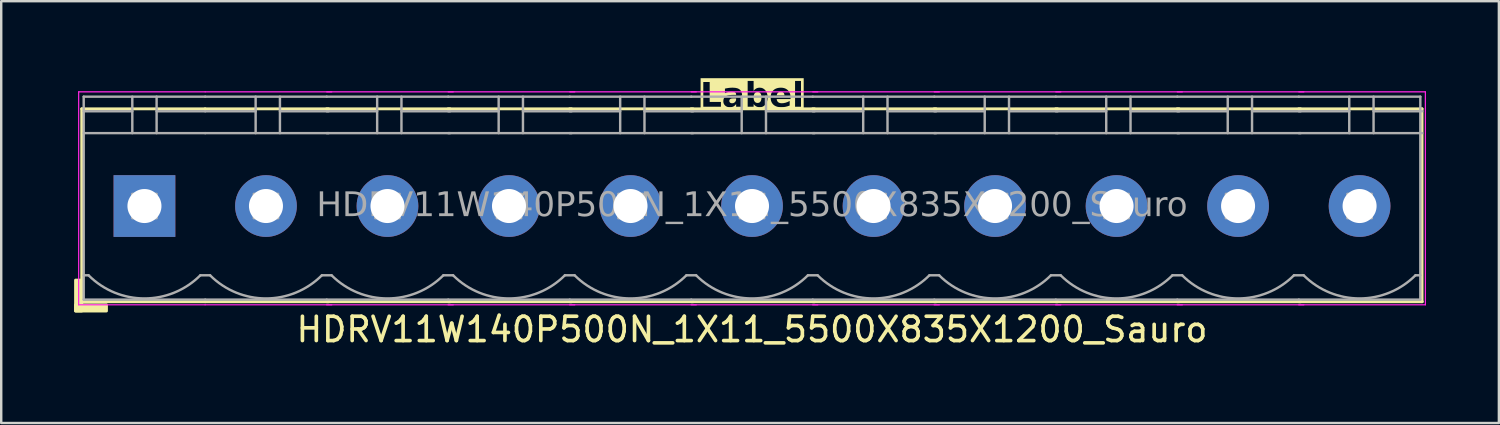
<source format=kicad_pcb>
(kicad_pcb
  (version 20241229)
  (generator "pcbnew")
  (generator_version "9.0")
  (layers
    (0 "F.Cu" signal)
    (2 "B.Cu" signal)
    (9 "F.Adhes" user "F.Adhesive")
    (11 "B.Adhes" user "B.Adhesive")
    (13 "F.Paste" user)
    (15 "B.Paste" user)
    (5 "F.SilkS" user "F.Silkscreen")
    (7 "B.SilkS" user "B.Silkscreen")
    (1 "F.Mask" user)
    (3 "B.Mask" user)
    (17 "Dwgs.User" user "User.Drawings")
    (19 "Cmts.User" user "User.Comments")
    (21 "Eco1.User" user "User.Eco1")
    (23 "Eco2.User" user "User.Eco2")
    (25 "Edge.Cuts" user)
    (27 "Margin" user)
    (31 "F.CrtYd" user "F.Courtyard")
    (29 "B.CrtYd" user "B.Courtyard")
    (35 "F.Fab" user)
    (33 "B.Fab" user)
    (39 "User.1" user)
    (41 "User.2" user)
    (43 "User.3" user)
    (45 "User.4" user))
  (footprint "HDRV11W140P500N_1X11_5500X835X1200_Sauro"
    (layer "F.Cu")
    (at 27.894 5.428)
    (property "Reference" "HDRV11W140P500N_1X11_5500X835X1200_Sauro" (at 0 5.08 0) (layer "F.SilkS") (effects (font (size 1 1) (thickness 0.15))))
    (property "Label" "Label" (at 0 -4.5 0) (layer "F.SilkS" knockout) (effects (font (face "Tahoma") (size 1 1) (thickness 0.2) (bold yes))))
    (attr through_hole)
    (fp_line (start -27.58 -4) (end -27.58 3.937) (stroke (width 0.12) (type solid)) (layer "F.SilkS"))
    (fp_line (start -27.58 3.937) (end -22.5 3.937) (stroke (width 0.12) (type solid)) (layer "F.SilkS"))
    (fp_line (start -22.505 -4) (end -27.58 -4) (stroke (width 0.12) (type solid)) (layer "F.SilkS"))
    (fp_line (start -22.5 3.937) (end -17.42 3.937) (stroke (width 0.12) (type solid)) (layer "F.SilkS"))
    (fp_line (start -17.5 3.937) (end -12.42 3.937) (stroke (width 0.12) (type solid)) (layer "F.SilkS"))
    (fp_line (start -17.43 -4) (end -22.505 -4) (stroke (width 0.12) (type solid)) (layer "F.SilkS"))
    (fp_line (start -12.5 3.937) (end -7.42 3.937) (stroke (width 0.12) (type solid)) (layer "F.SilkS"))
    (fp_line (start -12.43 -4) (end -17.505 -4) (stroke (width 0.12) (type solid)) (layer "F.SilkS"))
    (fp_line (start -7.5 3.937) (end -2.42 3.937) (stroke (width 0.12) (type solid)) (layer "F.SilkS"))
    (fp_line (start -7.43 -4) (end -12.505 -4) (stroke (width 0.12) (type solid)) (layer "F.SilkS"))
    (fp_line (start -2.5 3.937) (end 2.58 3.937) (stroke (width 0.12) (type solid)) (layer "F.SilkS"))
    (fp_line (start -2.43 -4) (end -7.505 -4) (stroke (width 0.12) (type solid)) (layer "F.SilkS"))
    (fp_line (start 2.5 3.937) (end 7.58 3.937) (stroke (width 0.12) (type solid)) (layer "F.SilkS"))
    (fp_line (start 2.57 -4) (end -2.505 -4) (stroke (width 0.12) (type solid)) (layer "F.SilkS"))
    (fp_line (start 7.5 3.937) (end 12.58 3.937) (stroke (width 0.12) (type solid)) (layer "F.SilkS"))
    (fp_line (start 7.57 -4) (end 2.495 -4) (stroke (width 0.12) (type solid)) (layer "F.SilkS"))
    (fp_line (start 12.5 3.937) (end 17.58 3.937) (stroke (width 0.12) (type solid)) (layer "F.SilkS"))
    (fp_line (start 12.57 -4) (end 7.495 -4) (stroke (width 0.12) (type solid)) (layer "F.SilkS"))
    (fp_line (start 17.5 3.937) (end 22.58 3.937) (stroke (width 0.12) (type solid)) (layer "F.SilkS"))
    (fp_line (start 17.57 -4) (end 12.495 -4) (stroke (width 0.12) (type solid)) (layer "F.SilkS"))
    (fp_line (start 22.5 3.937) (end 27.58 3.937) (stroke (width 0.12) (type solid)) (layer "F.SilkS"))
    (fp_line (start 22.57 -4) (end 17.495 -4) (stroke (width 0.12) (type solid)) (layer "F.SilkS"))
    (fp_line (start 27.57 -4) (end 22.495 -4) (stroke (width 0.12) (type solid)) (layer "F.SilkS"))
    (fp_line (start 27.57 -4) (end 27.57 3.937) (stroke (width 0.12) (type solid)) (layer "F.SilkS"))
    (fp_rect (start -27.58 3.048) (end -27.834 4.318) (stroke (width 0.12) (type solid)) (fill yes) (layer "F.SilkS"))
    (fp_rect (start -26.564 4.318) (end -27.834 4.064) (stroke (width 0.12) (type solid)) (fill yes) (layer "F.SilkS"))
    (fp_line (start -27.707 4.064) (end -27.707 -4.699) (stroke (width 0.05) (type solid)) (layer "F.CrtYd"))
    (fp_line (start -22.505 4.064) (end -27.707 4.064) (stroke (width 0.05) (type solid)) (layer "F.CrtYd"))
    (fp_line (start -22.5 -4.699) (end -27.707 -4.699) (stroke (width 0.05) (type solid)) (layer "F.CrtYd"))
    (fp_line (start -17.293 -4.699) (end -22.5 -4.699) (stroke (width 0.05) (type solid)) (layer "F.CrtYd"))
    (fp_line (start -17.293 4.064) (end -22.505 4.064) (stroke (width 0.05) (type solid)) (layer "F.CrtYd"))
    (fp_line (start -12.293 -4.699) (end -17.5 -4.699) (stroke (width 0.05) (type solid)) (layer "F.CrtYd"))
    (fp_line (start -12.293 4.064) (end -17.505 4.064) (stroke (width 0.05) (type solid)) (layer "F.CrtYd"))
    (fp_line (start -7.293 -4.699) (end -12.5 -4.699) (stroke (width 0.05) (type solid)) (layer "F.CrtYd"))
    (fp_line (start -7.293 4.064) (end -12.505 4.064) (stroke (width 0.05) (type solid)) (layer "F.CrtYd"))
    (fp_line (start -2.293 -4.699) (end -7.5 -4.699) (stroke (width 0.05) (type solid)) (layer "F.CrtYd"))
    (fp_line (start -2.293 4.064) (end -7.505 4.064) (stroke (width 0.05) (type solid)) (layer "F.CrtYd"))
    (fp_line (start 2.707 -4.699) (end -2.5 -4.699) (stroke (width 0.05) (type solid)) (layer "F.CrtYd"))
    (fp_line (start 2.707 4.064) (end -2.505 4.064) (stroke (width 0.05) (type solid)) (layer "F.CrtYd"))
    (fp_line (start 7.707 -4.699) (end 2.5 -4.699) (stroke (width 0.05) (type solid)) (layer "F.CrtYd"))
    (fp_line (start 7.707 4.064) (end 2.495 4.064) (stroke (width 0.05) (type solid)) (layer "F.CrtYd"))
    (fp_line (start 12.707 -4.699) (end 7.5 -4.699) (stroke (width 0.05) (type solid)) (layer "F.CrtYd"))
    (fp_line (start 12.707 4.064) (end 7.495 4.064) (stroke (width 0.05) (type solid)) (layer "F.CrtYd"))
    (fp_line (start 17.707 -4.699) (end 12.5 -4.699) (stroke (width 0.05) (type solid)) (layer "F.CrtYd"))
    (fp_line (start 17.707 4.064) (end 12.495 4.064) (stroke (width 0.05) (type solid)) (layer "F.CrtYd"))
    (fp_line (start 22.707 -4.699) (end 17.5 -4.699) (stroke (width 0.05) (type solid)) (layer "F.CrtYd"))
    (fp_line (start 22.707 4.064) (end 17.495 4.064) (stroke (width 0.05) (type solid)) (layer "F.CrtYd"))
    (fp_line (start 27.707 -4.699) (end 22.5 -4.699) (stroke (width 0.05) (type solid)) (layer "F.CrtYd"))
    (fp_line (start 27.707 -4.699) (end 27.707 4.064) (stroke (width 0.05) (type solid)) (layer "F.CrtYd"))
    (fp_line (start 27.707 4.064) (end 22.495 4.064) (stroke (width 0.05) (type solid)) (layer "F.CrtYd"))
    (fp_line (start -27.5 -4.5) (end -27.5 3.85) (stroke (width 0.1) (type solid)) (layer "F.Fab"))
    (fp_line (start -27.3 2.85) (end -27.5 2.85) (stroke (width 0.1) (type solid)) (layer "F.Fab"))
    (fp_line (start -25.5 -4.5) (end -25.5 -3) (stroke (width 0.1) (type default)) (layer "F.Fab"))
    (fp_line (start -25.5 -3.9) (end -27.5 -3.9) (stroke (width 0.1) (type solid)) (layer "F.Fab"))
    (fp_line (start -24.5 -4.5) (end -24.5 -3) (stroke (width 0.1) (type default)) (layer "F.Fab"))
    (fp_line (start -24.5 -3.9) (end -22.5 -3.9) (stroke (width 0.1) (type solid)) (layer "F.Fab"))
    (fp_line (start -22.7 2.85) (end -22.3 2.85) (stroke (width 0.1) (type solid)) (layer "F.Fab"))
    (fp_line (start -22.5 -4.5) (end -27.5 -4.5) (stroke (width 0.1) (type solid)) (layer "F.Fab"))
    (fp_line (start -22.5 -3) (end -27.5 -3) (stroke (width 0.1) (type solid)) (layer "F.Fab"))
    (fp_line (start -22.5 3.85) (end -27.5 3.85) (stroke (width 0.1) (type solid)) (layer "F.Fab"))
    (fp_line (start -22.5 3.85) (end -17.5 3.85) (stroke (width 0.1) (type solid)) (layer "F.Fab"))
    (fp_line (start -20.425 -4.5) (end -20.425 -3) (stroke (width 0.1) (type default)) (layer "F.Fab"))
    (fp_line (start -20.425 -3.9) (end -22.5 -3.9) (stroke (width 0.1) (type solid)) (layer "F.Fab"))
    (fp_line (start -19.425 -4.5) (end -19.425 -3) (stroke (width 0.1) (type default)) (layer "F.Fab"))
    (fp_line (start -19.425 -3.9) (end -17.425 -3.9) (stroke (width 0.1) (type solid)) (layer "F.Fab"))
    (fp_line (start -17.7 2.85) (end -17.3 2.85) (stroke (width 0.1) (type solid)) (layer "F.Fab"))
    (fp_line (start -17.5 -4.5) (end -22.5 -4.5) (stroke (width 0.1) (type solid)) (layer "F.Fab"))
    (fp_line (start -17.5 3.85) (end -12.5 3.85) (stroke (width 0.1) (type solid)) (layer "F.Fab"))
    (fp_line (start -17.425 -3) (end -22.5 -3) (stroke (width 0.1) (type solid)) (layer "F.Fab"))
    (fp_line (start -15.425 -4.5) (end -15.425 -3) (stroke (width 0.1) (type default)) (layer "F.Fab"))
    (fp_line (start -15.425 -3.9) (end -17.5 -3.9) (stroke (width 0.1) (type solid)) (layer "F.Fab"))
    (fp_line (start -14.425 -4.5) (end -14.425 -3) (stroke (width 0.1) (type default)) (layer "F.Fab"))
    (fp_line (start -14.425 -3.9) (end -12.425 -3.9) (stroke (width 0.1) (type solid)) (layer "F.Fab"))
    (fp_line (start -12.7 2.85) (end -12.3 2.85) (stroke (width 0.1) (type solid)) (layer "F.Fab"))
    (fp_line (start -12.5 -4.5) (end -17.5 -4.5) (stroke (width 0.1) (type solid)) (layer "F.Fab"))
    (fp_line (start -12.5 3.85) (end -7.5 3.85) (stroke (width 0.1) (type solid)) (layer "F.Fab"))
    (fp_line (start -12.425 -3) (end -17.5 -3) (stroke (width 0.1) (type solid)) (layer "F.Fab"))
    (fp_line (start -10.425 -4.5) (end -10.425 -3) (stroke (width 0.1) (type default)) (layer "F.Fab"))
    (fp_line (start -10.425 -3.9) (end -12.5 -3.9) (stroke (width 0.1) (type solid)) (layer "F.Fab"))
    (fp_line (start -9.425 -4.5) (end -9.425 -3) (stroke (width 0.1) (type default)) (layer "F.Fab"))
    (fp_line (start -9.425 -3.9) (end -7.425 -3.9) (stroke (width 0.1) (type solid)) (layer "F.Fab"))
    (fp_line (start -7.7 2.85) (end -7.3 2.85) (stroke (width 0.1) (type solid)) (layer "F.Fab"))
    (fp_line (start -7.5 -4.5) (end -12.5 -4.5) (stroke (width 0.1) (type solid)) (layer "F.Fab"))
    (fp_line (start -7.5 3.85) (end -2.5 3.85) (stroke (width 0.1) (type solid)) (layer "F.Fab"))
    (fp_line (start -7.425 -3) (end -12.5 -3) (stroke (width 0.1) (type solid)) (layer "F.Fab"))
    (fp_line (start -5.425 -4.5) (end -5.425 -3) (stroke (width 0.1) (type default)) (layer "F.Fab"))
    (fp_line (start -5.425 -3.9) (end -7.5 -3.9) (stroke (width 0.1) (type solid)) (layer "F.Fab"))
    (fp_line (start -4.425 -4.5) (end -4.425 -3) (stroke (width 0.1) (type default)) (layer "F.Fab"))
    (fp_line (start -4.425 -3.9) (end -2.425 -3.9) (stroke (width 0.1) (type solid)) (layer "F.Fab"))
    (fp_line (start -2.7 2.85) (end -2.3 2.85) (stroke (width 0.1) (type solid)) (layer "F.Fab"))
    (fp_line (start -2.5 -4.5) (end -7.5 -4.5) (stroke (width 0.1) (type solid)) (layer "F.Fab"))
    (fp_line (start -2.5 3.85) (end 2.5 3.85) (stroke (width 0.1) (type solid)) (layer "F.Fab"))
    (fp_line (start -2.425 -3) (end -7.5 -3) (stroke (width 0.1) (type solid)) (layer "F.Fab"))
    (fp_line (start -0.425 -4.5) (end -0.425 -3) (stroke (width 0.1) (type default)) (layer "F.Fab"))
    (fp_line (start -0.425 -3.9) (end -2.5 -3.9) (stroke (width 0.1) (type solid)) (layer "F.Fab"))
    (fp_line (start 0.575 -4.5) (end 0.575 -3) (stroke (width 0.1) (type default)) (layer "F.Fab"))
    (fp_line (start 0.575 -3.9) (end 2.575 -3.9) (stroke (width 0.1) (type solid)) (layer "F.Fab"))
    (fp_line (start 2.3 2.85) (end 2.7 2.85) (stroke (width 0.1) (type solid)) (layer "F.Fab"))
    (fp_line (start 2.5 -4.5) (end -2.5 -4.5) (stroke (width 0.1) (type solid)) (layer "F.Fab"))
    (fp_line (start 2.5 3.85) (end 7.5 3.85) (stroke (width 0.1) (type solid)) (layer "F.Fab"))
    (fp_line (start 2.575 -3) (end -2.5 -3) (stroke (width 0.1) (type solid)) (layer "F.Fab"))
    (fp_line (start 4.575 -4.5) (end 4.575 -3) (stroke (width 0.1) (type default)) (layer "F.Fab"))
    (fp_line (start 4.575 -3.9) (end 2.5 -3.9) (stroke (width 0.1) (type solid)) (layer "F.Fab"))
    (fp_line (start 5.575 -4.5) (end 5.575 -3) (stroke (width 0.1) (type default)) (layer "F.Fab"))
    (fp_line (start 5.575 -3.9) (end 7.575 -3.9) (stroke (width 0.1) (type solid)) (layer "F.Fab"))
    (fp_line (start 7.3 2.85) (end 7.7 2.85) (stroke (width 0.1) (type solid)) (layer "F.Fab"))
    (fp_line (start 7.5 -4.5) (end 2.5 -4.5) (stroke (width 0.1) (type solid)) (layer "F.Fab"))
    (fp_line (start 7.5 3.85) (end 12.5 3.85) (stroke (width 0.1) (type solid)) (layer "F.Fab"))
    (fp_line (start 7.575 -3) (end 2.5 -3) (stroke (width 0.1) (type solid)) (layer "F.Fab"))
    (fp_line (start 9.575 -4.5) (end 9.575 -3) (stroke (width 0.1) (type default)) (layer "F.Fab"))
    (fp_line (start 9.575 -3.9) (end 7.5 -3.9) (stroke (width 0.1) (type solid)) (layer "F.Fab"))
    (fp_line (start 10.575 -4.5) (end 10.575 -3) (stroke (width 0.1) (type default)) (layer "F.Fab"))
    (fp_line (start 10.575 -3.9) (end 12.575 -3.9) (stroke (width 0.1) (type solid)) (layer "F.Fab"))
    (fp_line (start 12.3 2.85) (end 12.7 2.85) (stroke (width 0.1) (type solid)) (layer "F.Fab"))
    (fp_line (start 12.5 -4.5) (end 7.5 -4.5) (stroke (width 0.1) (type solid)) (layer "F.Fab"))
    (fp_line (start 12.5 3.85) (end 17.5 3.85) (stroke (width 0.1) (type solid)) (layer "F.Fab"))
    (fp_line (start 12.575 -3) (end 7.5 -3) (stroke (width 0.1) (type solid)) (layer "F.Fab"))
    (fp_line (start 14.575 -4.5) (end 14.575 -3) (stroke (width 0.1) (type default)) (layer "F.Fab"))
    (fp_line (start 14.575 -3.9) (end 12.5 -3.9) (stroke (width 0.1) (type solid)) (layer "F.Fab"))
    (fp_line (start 15.575 -4.5) (end 15.575 -3) (stroke (width 0.1) (type default)) (layer "F.Fab"))
    (fp_line (start 15.575 -3.9) (end 17.575 -3.9) (stroke (width 0.1) (type solid)) (layer "F.Fab"))
    (fp_line (start 17.3 2.85) (end 17.7 2.85) (stroke (width 0.1) (type solid)) (layer "F.Fab"))
    (fp_line (start 17.5 -4.5) (end 12.5 -4.5) (stroke (width 0.1) (type solid)) (layer "F.Fab"))
    (fp_line (start 17.5 3.85) (end 22.5 3.85) (stroke (width 0.1) (type solid)) (layer "F.Fab"))
    (fp_line (start 17.575 -3) (end 12.5 -3) (stroke (width 0.1) (type solid)) (layer "F.Fab"))
    (fp_line (start 19.575 -4.5) (end 19.575 -3) (stroke (width 0.1) (type default)) (layer "F.Fab"))
    (fp_line (start 19.575 -3.9) (end 17.5 -3.9) (stroke (width 0.1) (type solid)) (layer "F.Fab"))
    (fp_line (start 20.575 -4.5) (end 20.575 -3) (stroke (width 0.1) (type default)) (layer "F.Fab"))
    (fp_line (start 20.575 -3.9) (end 22.575 -3.9) (stroke (width 0.1) (type solid)) (layer "F.Fab"))
    (fp_line (start 22.3 2.85) (end 22.7 2.85) (stroke (width 0.1) (type solid)) (layer "F.Fab"))
    (fp_line (start 22.5 -4.5) (end 17.5 -4.5) (stroke (width 0.1) (type solid)) (layer "F.Fab"))
    (fp_line (start 22.5 3.85) (end 27.5 3.85) (stroke (width 0.1) (type solid)) (layer "F.Fab"))
    (fp_line (start 22.575 -3) (end 17.5 -3) (stroke (width 0.1) (type solid)) (layer "F.Fab"))
    (fp_line (start 24.575 -4.5) (end 24.575 -3) (stroke (width 0.1) (type default)) (layer "F.Fab"))
    (fp_line (start 24.575 -3.9) (end 22.5 -3.9) (stroke (width 0.1) (type solid)) (layer "F.Fab"))
    (fp_line (start 25.575 -4.5) (end 25.575 -3) (stroke (width 0.1) (type default)) (layer "F.Fab"))
    (fp_line (start 25.575 -3.9) (end 27.575 -3.9) (stroke (width 0.1) (type solid)) (layer "F.Fab"))
    (fp_line (start 27.5 -4.5) (end 22.5 -4.5) (stroke (width 0.1) (type solid)) (layer "F.Fab"))
    (fp_line (start 27.5 -4.5) (end 27.5 3.85) (stroke (width 0.1) (type solid)) (layer "F.Fab"))
    (fp_line (start 27.5 2.85) (end 27.3 2.85) (stroke (width 0.1) (type solid)) (layer "F.Fab"))
    (fp_line (start 27.575 -3) (end 22.5 -3) (stroke (width 0.1) (type solid)) (layer "F.Fab"))
    (fp_rect (start -25.5 -0.5) (end -24.5 0.5) (stroke (width 0.1) (type solid)) (fill no) (layer "F.Fab"))
    (fp_rect (start -20.5 -0.5) (end -19.5 0.5) (stroke (width 0.1) (type solid)) (fill no) (layer "F.Fab"))
    (fp_rect (start -15.5 -0.5) (end -14.5 0.5) (stroke (width 0.1) (type solid)) (fill no) (layer "F.Fab"))
    (fp_rect (start -10.5 -0.5) (end -9.5 0.5) (stroke (width 0.1) (type solid)) (fill no) (layer "F.Fab"))
    (fp_rect (start -5.5 -0.5) (end -4.5 0.5) (stroke (width 0.1) (type solid)) (fill no) (layer "F.Fab"))
    (fp_rect (start -0.5 -0.5) (end 0.5 0.5) (stroke (width 0.1) (type solid)) (fill no) (layer "F.Fab"))
    (fp_rect (start 4.5 -0.5) (end 5.5 0.5) (stroke (width 0.1) (type solid)) (fill no) (layer "F.Fab"))
    (fp_rect (start 9.5 -0.5) (end 10.5 0.5) (stroke (width 0.1) (type solid)) (fill no) (layer "F.Fab"))
    (fp_rect (start 14.5 -0.5) (end 15.5 0.5) (stroke (width 0.1) (type solid)) (fill no) (layer "F.Fab"))
    (fp_rect (start 19.5 -0.5) (end 20.5 0.5) (stroke (width 0.1) (type solid)) (fill no) (layer "F.Fab"))
    (fp_rect (start 24.5 -0.5) (end 25.5 0.5) (stroke (width 0.1) (type solid)) (fill no) (layer "F.Fab"))
    (fp_arc (start -22.7 2.85) (mid -25 3.802691) (end -27.3 2.85) (stroke (width 0.1) (type default)) (layer "F.Fab"))
    (fp_arc (start -17.7 2.85) (mid -20 3.802691) (end -22.3 2.85) (stroke (width 0.1) (type default)) (layer "F.Fab"))
    (fp_arc (start -12.7 2.85) (mid -15 3.802691) (end -17.3 2.85) (stroke (width 0.1) (type default)) (layer "F.Fab"))
    (fp_arc (start -7.7 2.85) (mid -10 3.802691) (end -12.3 2.85) (stroke (width 0.1) (type default)) (layer "F.Fab"))
    (fp_arc (start -2.7 2.85) (mid -5 3.802691) (end -7.3 2.85) (stroke (width 0.1) (type default)) (layer "F.Fab"))
    (fp_arc (start 2.3 2.85) (mid 0 3.802691) (end -2.3 2.85) (stroke (width 0.1) (type default)) (layer "F.Fab"))
    (fp_arc (start 7.3 2.85) (mid 5 3.802691) (end 2.7 2.85) (stroke (width 0.1) (type default)) (layer "F.Fab"))
    (fp_arc (start 12.3 2.85) (mid 10 3.802691) (end 7.7 2.85) (stroke (width 0.1) (type default)) (layer "F.Fab"))
    (fp_arc (start 17.3 2.85) (mid 15 3.802691) (end 12.7 2.85) (stroke (width 0.1) (type default)) (layer "F.Fab"))
    (fp_arc (start 22.3 2.85) (mid 20 3.802691) (end 17.7 2.85) (stroke (width 0.1) (type default)) (layer "F.Fab"))
    (fp_arc (start 27.3 2.85) (mid 25 3.802691) (end 22.7 2.85) (stroke (width 0.1) (type default)) (layer "F.Fab"))
    (fp_text user "${REFERENCE}" (at 0 0 0) (layer "F.Fab") (effects (font (face "Tahoma") (size 1 1) (thickness 0.15))))
    (pad "1" thru_hole rect (at -25 0) (size 2.54 2.54) (drill 1.4) (layers "*.Cu" "*.Mask"))
    (pad "2" thru_hole circle (at -20 0) (size 2.54 2.54) (drill 1.4) (layers "*.Cu" "*.Mask"))
    (pad "3" thru_hole circle (at -15 0) (size 2.54 2.54) (drill 1.4) (layers "*.Cu" "*.Mask"))
    (pad "4" thru_hole circle (at -10 0) (size 2.54 2.54) (drill 1.4) (layers "*.Cu" "*.Mask"))
    (pad "5" thru_hole circle (at -5 0) (size 2.54 2.54) (drill 1.4) (layers "*.Cu" "*.Mask"))
    (pad "6" thru_hole circle (at 0 0) (size 2.54 2.54) (drill 1.4) (layers "*.Cu" "*.Mask"))
    (pad "7" thru_hole circle (at 5 0) (size 2.54 2.54) (drill 1.4) (layers "*.Cu" "*.Mask"))
    (pad "8" thru_hole circle (at 10 0) (size 2.54 2.54) (drill 1.4) (layers "*.Cu" "*.Mask"))
    (pad "9" thru_hole circle (at 15 0) (size 2.54 2.54) (drill 1.4) (layers "*.Cu" "*.Mask"))
    (pad "10" thru_hole circle (at 20 0) (size 2.54 2.54) (drill 1.4) (layers "*.Cu" "*.Mask"))
    (pad "11" thru_hole circle (at 25 0) (size 2.54 2.54) (drill 1.4) (layers "*.Cu" "*.Mask")))
  (gr_rect
    (start -3 -3)
    (end 58.626 14.356)
    (stroke (width 0.1) (type default))
    (fill no)
    (layer "Edge.Cuts")))
</source>
